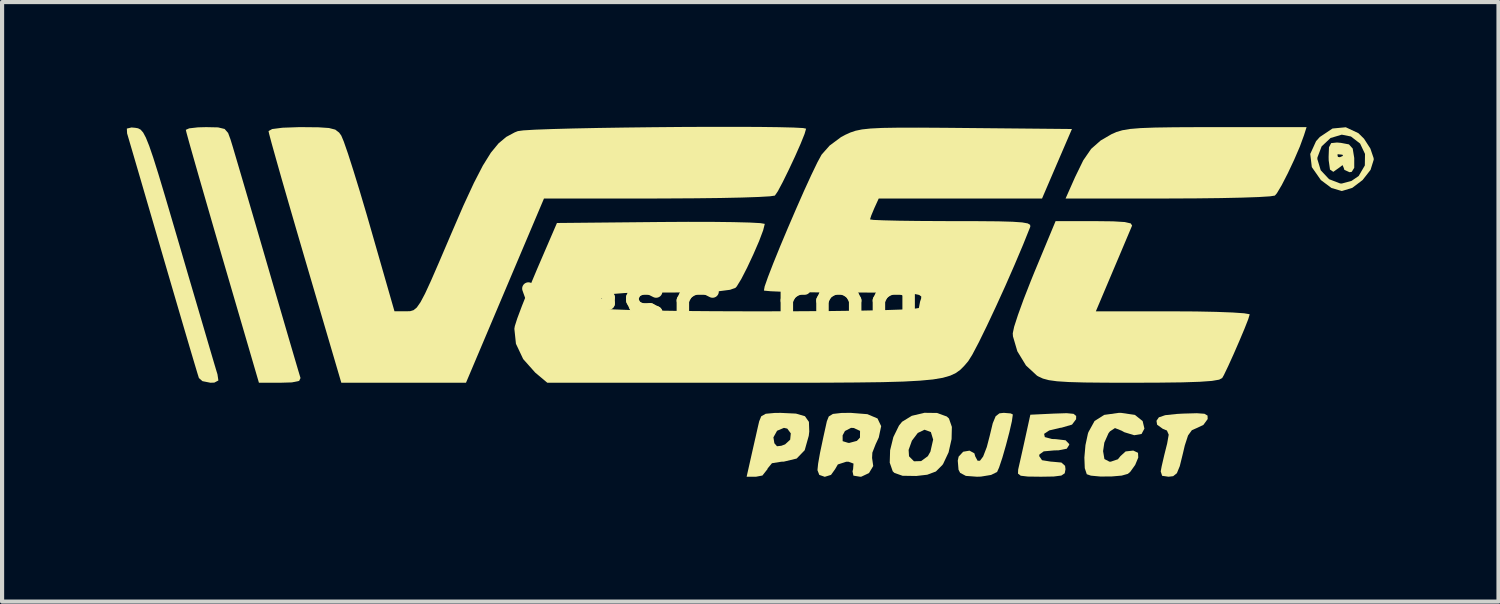
<source format=kicad_pcb>
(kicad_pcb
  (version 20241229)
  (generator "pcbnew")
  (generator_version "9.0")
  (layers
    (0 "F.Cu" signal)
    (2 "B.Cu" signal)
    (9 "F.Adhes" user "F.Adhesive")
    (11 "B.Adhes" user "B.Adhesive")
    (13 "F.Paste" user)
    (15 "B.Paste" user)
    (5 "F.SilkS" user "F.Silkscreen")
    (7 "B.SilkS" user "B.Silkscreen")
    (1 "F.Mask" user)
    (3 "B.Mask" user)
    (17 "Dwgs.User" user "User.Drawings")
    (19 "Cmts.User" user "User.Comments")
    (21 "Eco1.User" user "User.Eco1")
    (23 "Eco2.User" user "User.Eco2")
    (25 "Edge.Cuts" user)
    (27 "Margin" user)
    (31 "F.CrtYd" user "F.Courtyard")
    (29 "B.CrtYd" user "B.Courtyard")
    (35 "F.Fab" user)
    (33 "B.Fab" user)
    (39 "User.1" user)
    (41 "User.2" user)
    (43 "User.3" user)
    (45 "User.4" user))
  (footprint "vesc_rogo"
    (layer "F.Cu")
    (at 14.977 4.21)
    (property "Reference" "vesc_rogo" (at 0 0 0) (layer "F.SilkS") (effects (font (size 1.5 1.5) (thickness 0.3))))
    (attr board_only exclude_from_pos_files exclude_from_bom)
    (fp_poly (pts (xy 14.214 -3.825) (xy 14.409 -3.788) (xy 14.499 -3.688) (xy 14.535 -3.468) (xy 14.536 -3.457) (xy 14.536 -3.225) (xy 14.476 -3.128) (xy 14.423 -3.119) (xy 14.299 -3.175) (xy 14.282 -3.227) (xy 14.255 -3.29) (xy 14.173 -3.227) (xy 14.033 -3.128) (xy 13.953 -3.183) (xy 13.922 -3.403) (xy 13.92 -3.486) (xy 13.922 -3.54) (xy 14.131 -3.54) (xy 14.144 -3.487) (xy 14.191 -3.48) (xy 14.266 -3.513) (xy 14.252 -3.54) (xy 14.144 -3.551) (xy 14.131 -3.54) (xy 13.922 -3.54) (xy 13.929 -3.719) (xy 13.981 -3.819) (xy 14.12 -3.833)) (stroke (width 0) (type solid)) (fill yes) (layer "F.SilkS"))
    (fp_poly (pts (xy 6.276 2.681) (xy 6.327 2.706) (xy 6.304 2.869) (xy 6.243 3.135) (xy 6.161 3.447) (xy 6.074 3.749) (xy 5.996 3.983) (xy 5.948 4.089) (xy 5.804 4.16) (xy 5.559 4.2) (xy 5.464 4.203) (xy 5.197 4.183) (xy 5.06 4.11) (xy 5.021 4.035) (xy 5.003 3.816) (xy 5.024 3.719) (xy 5.133 3.602) (xy 5.285 3.576) (xy 5.402 3.64) (xy 5.423 3.714) (xy 5.479 3.818) (xy 5.536 3.819) (xy 5.613 3.717) (xy 5.701 3.489) (xy 5.77 3.224) (xy 5.844 2.917) (xy 5.914 2.749) (xy 6.004 2.679) (xy 6.109 2.667)) (stroke (width 0) (type solid)) (fill yes) (layer "F.SilkS"))
    (fp_poly (pts (xy 10.934 2.689) (xy 11.009 2.733) (xy 11.012 2.816) (xy 11.012 2.816) (xy 10.909 2.957) (xy 10.762 3.027) (xy 10.632 3.084) (xy 10.54 3.211) (xy 10.462 3.45) (xy 10.417 3.641) (xy 10.341 3.949) (xy 10.271 4.119) (xy 10.182 4.19) (xy 10.071 4.203) (xy 9.917 4.181) (xy 9.883 4.076) (xy 9.905 3.955) (xy 9.968 3.683) (xy 10.038 3.403) (xy 10.075 3.192) (xy 10.032 3.092) (xy 9.934 3.052) (xy 9.796 2.952) (xy 9.781 2.858) (xy 9.838 2.775) (xy 9.991 2.723) (xy 10.277 2.693) (xy 10.426 2.685) (xy 10.752 2.676)) (stroke (width 0) (type solid)) (fill yes) (layer "F.SilkS"))
    (fp_poly (pts (xy 13.327 -4.005) (xy 13.229 -3.737) (xy 13.091 -3.417) (xy 12.938 -3.092) (xy 12.792 -2.808) (xy 12.676 -2.613) (xy 12.627 -2.557) (xy 12.511 -2.539) (xy 12.239 -2.522) (xy 11.836 -2.508) (xy 11.325 -2.497) (xy 10.732 -2.49) (xy 10.08 -2.487) (xy 10.057 -2.487) (xy 7.595 -2.486) (xy 7.824 -3.002) (xy 8.02 -3.404) (xy 8.21 -3.68) (xy 8.438 -3.881) (xy 8.697 -4.032) (xy 8.818 -4.086) (xy 8.96 -4.128) (xy 9.145 -4.159) (xy 9.4 -4.18) (xy 9.748 -4.193) (xy 10.214 -4.2) (xy 10.824 -4.203) (xy 11.211 -4.203) (xy 13.39 -4.203)) (stroke (width 0) (type solid)) (fill yes) (layer "F.SilkS"))
    (fp_poly (pts (xy -12.784 -4.197) (xy -12.626 -4.159) (xy -12.542 -4.063) (xy -12.485 -3.909) (xy -12.436 -3.75) (xy -12.345 -3.442) (xy -12.217 -3.008) (xy -12.06 -2.473) (xy -11.881 -1.862) (xy -11.687 -1.197) (xy -11.615 -0.949) (xy -11.421 -0.282) (xy -11.242 0.331) (xy -11.085 0.869) (xy -10.956 1.308) (xy -10.862 1.627) (xy -10.809 1.804) (xy -10.801 1.83) (xy -10.834 1.899) (xy -11.008 1.935) (xy -11.282 1.943) (xy -11.801 1.943) (xy -12.68 -1.064) (xy -12.886 -1.771) (xy -13.074 -2.422) (xy -13.24 -2.997) (xy -13.377 -3.477) (xy -13.48 -3.84) (xy -13.542 -4.067) (xy -13.559 -4.138) (xy -13.477 -4.174) (xy -13.267 -4.198) (xy -13.069 -4.203)) (stroke (width 0) (type solid)) (fill yes) (layer "F.SilkS"))
    (fp_poly (pts (xy 4.504 2.67) (xy 4.739 2.755) (xy 4.791 2.803) (xy 4.861 3.005) (xy 4.854 3.298) (xy 4.782 3.617) (xy 4.652 3.893) (xy 4.63 3.924) (xy 4.477 4.077) (xy 4.269 4.155) (xy 4.005 4.185) (xy 3.675 4.18) (xy 3.481 4.112) (xy 3.439 4.073) (xy 3.367 3.865) (xy 3.376 3.569) (xy 3.378 3.558) (xy 3.821 3.558) (xy 3.831 3.712) (xy 3.95 3.832) (xy 4.122 3.827) (xy 4.283 3.709) (xy 4.345 3.6) (xy 4.411 3.31) (xy 4.356 3.129) (xy 4.203 3.073) (xy 4.041 3.151) (xy 3.9 3.337) (xy 3.821 3.558) (xy 3.378 3.558) (xy 3.454 3.25) (xy 3.589 2.974) (xy 3.664 2.881) (xy 3.898 2.738) (xy 4.201 2.666)) (stroke (width 0) (type solid)) (fill yes) (layer "F.SilkS"))
    (fp_poly (pts (xy 1.112 2.685) (xy 1.328 2.748) (xy 1.424 2.884) (xy 1.432 3.117) (xy 1.42 3.219) (xy 1.322 3.566) (xy 1.129 3.766) (xy 0.821 3.84) (xy 0.762 3.842) (xy 0.535 3.878) (xy 0.431 4.004) (xy 0.426 4.022) (xy 0.306 4.174) (xy 0.152 4.203) (xy -0.074 4.203) (xy 0.053 3.638) (xy 0.128 3.307) (xy 0.14 3.256) (xy 0.57 3.256) (xy 0.593 3.398) (xy 0.656 3.47) (xy 0.759 3.459) (xy 0.851 3.425) (xy 0.973 3.312) (xy 0.988 3.16) (xy 0.903 3.046) (xy 0.823 3.028) (xy 0.658 3.098) (xy 0.57 3.256) (xy 0.14 3.256) (xy 0.193 3.02) (xy 0.228 2.87) (xy 0.277 2.75) (xy 0.386 2.689) (xy 0.605 2.669) (xy 0.747 2.668)) (stroke (width 0) (type solid)) (fill yes) (layer "F.SilkS"))
    (fp_poly (pts (xy 14.637 -4.057) (xy 14.771 -3.925) (xy 14.924 -3.688) (xy 15.002 -3.459) (xy 15.005 -3.421) (xy 14.928 -3.175) (xy 14.737 -2.931) (xy 14.488 -2.742) (xy 14.238 -2.667) (xy 14.237 -2.667) (xy 13.988 -2.74) (xy 13.733 -2.931) (xy 13.516 -3.242) (xy 13.493 -3.435) (xy 13.649 -3.435) (xy 13.73 -3.166) (xy 13.932 -2.951) (xy 14.197 -2.849) (xy 14.237 -2.847) (xy 14.47 -2.91) (xy 14.643 -3.028) (xy 14.791 -3.282) (xy 14.795 -3.559) (xy 14.677 -3.808) (xy 14.457 -3.978) (xy 14.237 -4.022) (xy 13.967 -3.942) (xy 13.752 -3.74) (xy 13.651 -3.474) (xy 13.649 -3.435) (xy 13.493 -3.435) (xy 13.478 -3.558) (xy 13.618 -3.865) (xy 13.707 -3.965) (xy 14.014 -4.17) (xy 14.333 -4.2)) (stroke (width 0) (type solid)) (fill yes) (layer "F.SilkS"))
    (fp_poly (pts (xy 9.261 2.716) (xy 9.448 2.865) (xy 9.491 3.046) (xy 9.422 3.175) (xy 9.245 3.205) (xy 9.009 3.133) (xy 8.942 3.096) (xy 8.783 3.033) (xy 8.663 3.112) (xy 8.627 3.158) (xy 8.527 3.383) (xy 8.497 3.588) (xy 8.529 3.778) (xy 8.648 3.84) (xy 8.68 3.842) (xy 8.854 3.783) (xy 8.916 3.706) (xy 9.039 3.595) (xy 9.223 3.574) (xy 9.337 3.628) (xy 9.343 3.742) (xy 9.269 3.919) (xy 9.152 4.083) (xy 9.093 4.134) (xy 8.944 4.176) (xy 8.698 4.197) (xy 8.428 4.198) (xy 8.204 4.177) (xy 8.105 4.143) (xy 8.057 3.998) (xy 8.047 3.743) (xy 8.073 3.444) (xy 8.132 3.168) (xy 8.145 3.13) (xy 8.292 2.863) (xy 8.524 2.716) (xy 8.879 2.667) (xy 8.925 2.667)) (stroke (width 0) (type solid)) (fill yes) (layer "F.SilkS"))
    (fp_poly (pts (xy -14.775 -4.187) (xy -14.707 -4.175) (xy -14.646 -4.143) (xy -14.585 -4.074) (xy -14.519 -3.95) (xy -14.44 -3.754) (xy -14.342 -3.468) (xy -14.218 -3.074) (xy -14.062 -2.555) (xy -13.867 -1.893) (xy -13.696 -1.311) (xy -13.493 -0.616) (xy -13.303 0.029) (xy -13.134 0.604) (xy -12.993 1.085) (xy -12.885 1.451) (xy -12.817 1.679) (xy -12.798 1.74) (xy -12.776 1.889) (xy -12.873 1.94) (xy -12.968 1.943) (xy -13.159 1.905) (xy -13.244 1.83) (xy -13.279 1.719) (xy -13.358 1.455) (xy -13.475 1.061) (xy -13.623 0.558) (xy -13.796 -0.032) (xy -13.988 -0.688) (xy -14.104 -1.085) (xy -14.304 -1.772) (xy -14.49 -2.408) (xy -14.654 -2.971) (xy -14.791 -3.439) (xy -14.894 -3.79) (xy -14.956 -4.002) (xy -14.971 -4.052) (xy -14.977 -4.168) (xy -14.864 -4.195)) (stroke (width 0) (type solid)) (fill yes) (layer "F.SilkS"))
    (fp_poly (pts (xy 7.788 2.691) (xy 7.85 2.742) (xy 7.848 2.82) (xy 7.75 2.95) (xy 7.5 3.023) (xy 7.463 3.028) (xy 7.204 3.089) (xy 7.079 3.172) (xy 7.096 3.25) (xy 7.268 3.296) (xy 7.359 3.299) (xy 7.596 3.327) (xy 7.682 3.417) (xy 7.683 3.435) (xy 7.624 3.529) (xy 7.426 3.568) (xy 7.322 3.57) (xy 7.07 3.593) (xy 6.967 3.667) (xy 6.96 3.706) (xy 7.029 3.806) (xy 7.248 3.841) (xy 7.277 3.842) (xy 7.495 3.862) (xy 7.583 3.941) (xy 7.593 4.022) (xy 7.575 4.12) (xy 7.493 4.175) (xy 7.309 4.198) (xy 7.004 4.203) (xy 6.688 4.199) (xy 6.517 4.179) (xy 6.451 4.128) (xy 6.455 4.032) (xy 6.462 4) (xy 6.507 3.802) (xy 6.574 3.503) (xy 6.629 3.254) (xy 6.748 2.712) (xy 7.313 2.685) (xy 7.622 2.675)) (stroke (width 0) (type solid)) (fill yes) (layer "F.SilkS"))
    (fp_poly (pts (xy 2.83 2.699) (xy 3.073 2.802) (xy 3.161 2.987) (xy 3.103 3.261) (xy 3.028 3.422) (xy 2.949 3.624) (xy 2.942 3.758) (xy 2.944 3.761) (xy 2.97 3.946) (xy 2.868 4.115) (xy 2.684 4.202) (xy 2.654 4.203) (xy 2.494 4.177) (xy 2.472 4.073) (xy 2.486 4.022) (xy 2.496 3.887) (xy 2.378 3.843) (xy 2.322 3.842) (xy 2.119 3.908) (xy 2.053 4.022) (xy 1.955 4.159) (xy 1.805 4.205) (xy 1.673 4.159) (xy 1.629 4.045) (xy 1.645 3.889) (xy 1.691 3.628) (xy 1.774 3.236) (xy 1.78 3.209) (xy 2.234 3.209) (xy 2.235 3.348) (xy 2.369 3.389) (xy 2.394 3.39) (xy 2.577 3.341) (xy 2.651 3.263) (xy 2.653 3.101) (xy 2.5 3.031) (xy 2.436 3.028) (xy 2.29 3.104) (xy 2.234 3.209) (xy 1.78 3.209) (xy 1.855 2.87) (xy 1.901 2.754) (xy 2.001 2.693) (xy 2.203 2.67) (xy 2.424 2.667)) (stroke (width 0) (type solid)) (fill yes) (layer "F.SilkS"))
    (fp_poly (pts (xy 8.736 -1.938) (xy 9.017 -1.921) (xy 9.162 -1.888) (xy 9.194 -1.837) (xy 9.192 -1.83) (xy 9.14 -1.706) (xy 9.033 -1.453) (xy 8.888 -1.109) (xy 8.734 -0.746) (xy 8.323 0.226) (xy 10.173 0.226) (xy 10.729 0.229) (xy 11.218 0.239) (xy 11.613 0.254) (xy 11.888 0.273) (xy 12.016 0.295) (xy 12.022 0.301) (xy 11.988 0.414) (xy 11.898 0.643) (xy 11.773 0.94) (xy 11.635 1.257) (xy 11.504 1.546) (xy 11.401 1.76) (xy 11.361 1.83) (xy 11.288 1.869) (xy 11.114 1.899) (xy 10.823 1.92) (xy 10.398 1.934) (xy 9.822 1.941) (xy 9.237 1.943) (xy 8.567 1.942) (xy 8.052 1.937) (xy 7.668 1.926) (xy 7.39 1.908) (xy 7.193 1.881) (xy 7.051 1.843) (xy 6.941 1.792) (xy 6.908 1.773) (xy 6.643 1.528) (xy 6.435 1.186) (xy 6.33 0.828) (xy 6.325 0.755) (xy 6.358 0.598) (xy 6.451 0.311) (xy 6.589 -0.07) (xy 6.762 -0.511) (xy 6.839 -0.701) (xy 7.355 -1.943) (xy 8.297 -1.943)) (stroke (width 0) (type solid)) (fill yes) (layer "F.SilkS"))
    (fp_poly (pts (xy 0.215 -4.208) (xy 0.691 -4.202) (xy 1.056 -4.193) (xy 1.285 -4.181) (xy 1.356 -4.166) (xy 1.319 -4.039) (xy 1.223 -3.8) (xy 1.089 -3.497) (xy 0.938 -3.175) (xy 0.793 -2.88) (xy 0.675 -2.659) (xy 0.605 -2.557) (xy 0.605 -2.557) (xy 0.49 -2.54) (xy 0.218 -2.524) (xy -0.188 -2.51) (xy -0.706 -2.499) (xy -1.311 -2.492) (xy -1.981 -2.488) (xy -2.225 -2.487) (xy -4.947 -2.486) (xy -5.885 -0.271) (xy -6.822 1.943) (xy -8.321 1.943) (xy -9.82 1.943) (xy -10.695 -1.034) (xy -10.901 -1.738) (xy -11.09 -2.389) (xy -11.256 -2.964) (xy -11.392 -3.445) (xy -11.494 -3.809) (xy -11.555 -4.038) (xy -11.57 -4.108) (xy -11.483 -4.157) (xy -11.233 -4.189) (xy -10.839 -4.203) (xy -10.759 -4.203) (xy -10.368 -4.199) (xy -10.117 -4.182) (xy -9.965 -4.143) (xy -9.873 -4.072) (xy -9.821 -4) (xy -9.761 -3.857) (xy -9.66 -3.567) (xy -9.529 -3.158) (xy -9.375 -2.658) (xy -9.208 -2.095) (xy -9.119 -1.786) (xy -8.542 0.224) (xy -8.257 0.225) (xy -8.163 0.222) (xy -8.083 0.198) (xy -8.005 0.134) (xy -7.917 0.008) (xy -7.807 -0.199) (xy -7.664 -0.509) (xy -7.476 -0.941) (xy -7.23 -1.516) (xy -7.187 -1.617) (xy -6.886 -2.313) (xy -6.633 -2.859) (xy -6.417 -3.278) (xy -6.224 -3.588) (xy -6.041 -3.811) (xy -5.854 -3.968) (xy -5.651 -4.077) (xy -5.576 -4.107) (xy -5.444 -4.125) (xy -5.162 -4.142) (xy -4.754 -4.157) (xy -4.242 -4.171) (xy -3.652 -4.183) (xy -3.006 -4.193) (xy -2.33 -4.201) (xy -1.645 -4.207) (xy -0.977 -4.21) (xy -0.349 -4.21)) (stroke (width 0) (type solid)) (fill yes) (layer "F.SilkS"))
    (fp_poly (pts (xy 4.694 -4.187) (xy 5.216 -4.182) (xy 7.748 -4.158) (xy 7.388 -3.322) (xy 7.029 -2.486) (xy 5.066 -2.486) (xy 3.102 -2.486) (xy 2.997 -2.256) (xy 2.921 -2.074) (xy 2.893 -1.984) (xy 2.979 -1.972) (xy 3.219 -1.962) (xy 3.589 -1.953) (xy 4.061 -1.947) (xy 4.61 -1.944) (xy 4.846 -1.943) (xy 5.49 -1.942) (xy 5.976 -1.938) (xy 6.322 -1.928) (xy 6.552 -1.912) (xy 6.685 -1.888) (xy 6.743 -1.854) (xy 6.747 -1.808) (xy 6.744 -1.801) (xy 6.574 -1.377) (xy 6.37 -0.895) (xy 6.147 -0.386) (xy 5.918 0.117) (xy 5.7 0.581) (xy 5.507 0.975) (xy 5.353 1.267) (xy 5.255 1.424) (xy 5.159 1.536) (xy 5.066 1.63) (xy 4.959 1.708) (xy 4.823 1.772) (xy 4.644 1.824) (xy 4.406 1.864) (xy 4.094 1.893) (xy 3.692 1.915) (xy 3.186 1.929) (xy 2.561 1.937) (xy 1.8 1.942) (xy 0.89 1.943) (xy -0.186 1.943) (xy -0.216 1.943) (xy -4.867 1.943) (xy -5.158 1.699) (xy -5.447 1.374) (xy -5.621 1.006) (xy -5.659 0.646) (xy -5.648 0.581) (xy -5.591 0.401) (xy -5.477 0.097) (xy -5.322 -0.292) (xy -5.14 -0.724) (xy -5.113 -0.789) (xy -4.635 -1.898) (xy -2.137 -1.922) (xy -1.486 -1.926) (xy -0.898 -1.925) (xy -0.397 -1.919) (xy -0.004 -1.909) (xy 0.256 -1.895) (xy 0.361 -1.877) (xy 0.362 -1.875) (xy 0.323 -1.721) (xy 0.225 -1.461) (xy 0.088 -1.145) (xy -0.062 -0.824) (xy -0.203 -0.55) (xy -0.312 -0.372) (xy -0.342 -0.339) (xy -0.472 -0.292) (xy -0.732 -0.258) (xy -1.138 -0.237) (xy -1.703 -0.227) (xy -1.996 -0.226) (xy -2.573 -0.224) (xy -2.994 -0.215) (xy -3.283 -0.192) (xy -3.465 -0.151) (xy -3.565 -0.086) (xy -3.607 0.009) (xy -3.616 0.14) (xy -3.616 0.143) (xy -3.528 0.162) (xy -3.273 0.18) (xy -2.864 0.195) (xy -2.317 0.207) (xy -1.644 0.217) (xy -0.859 0.223) (xy 0.024 0.226) (xy 0.226 0.226) (xy 1.128 0.224) (xy 1.935 0.219) (xy 2.633 0.21) (xy 3.209 0.198) (xy 3.649 0.183) (xy 3.938 0.166) (xy 4.063 0.147) (xy 4.068 0.143) (xy 4.097 -0.009) (xy 4.122 -0.083) (xy 4.125 -0.131) (xy 4.076 -0.167) (xy 3.954 -0.193) (xy 3.738 -0.21) (xy 3.406 -0.22) (xy 2.937 -0.225) (xy 2.309 -0.226) (xy 2.285 -0.226) (xy 1.718 -0.228) (xy 1.214 -0.235) (xy 0.801 -0.244) (xy 0.505 -0.257) (xy 0.354 -0.271) (xy 0.342 -0.276) (xy 0.359 -0.371) (xy 0.439 -0.599) (xy 0.567 -0.93) (xy 0.731 -1.334) (xy 0.918 -1.779) (xy 1.114 -2.234) (xy 1.306 -2.67) (xy 1.482 -3.054) (xy 1.628 -3.357) (xy 1.728 -3.541) (xy 1.922 -3.76) (xy 2.195 -3.963) (xy 2.295 -4.017) (xy 2.418 -4.073) (xy 2.545 -4.116) (xy 2.7 -4.148) (xy 2.906 -4.17) (xy 3.186 -4.184) (xy 3.562 -4.19) (xy 4.057 -4.191)) (stroke (width 0) (type solid)) (fill yes) (layer "F.SilkS")))
  (gr_rect
    (start -3 -3)
    (end 32.982 11.416)
    (stroke (width 0.1) (type default))
    (fill no)
    (layer "Edge.Cuts")))
</source>
